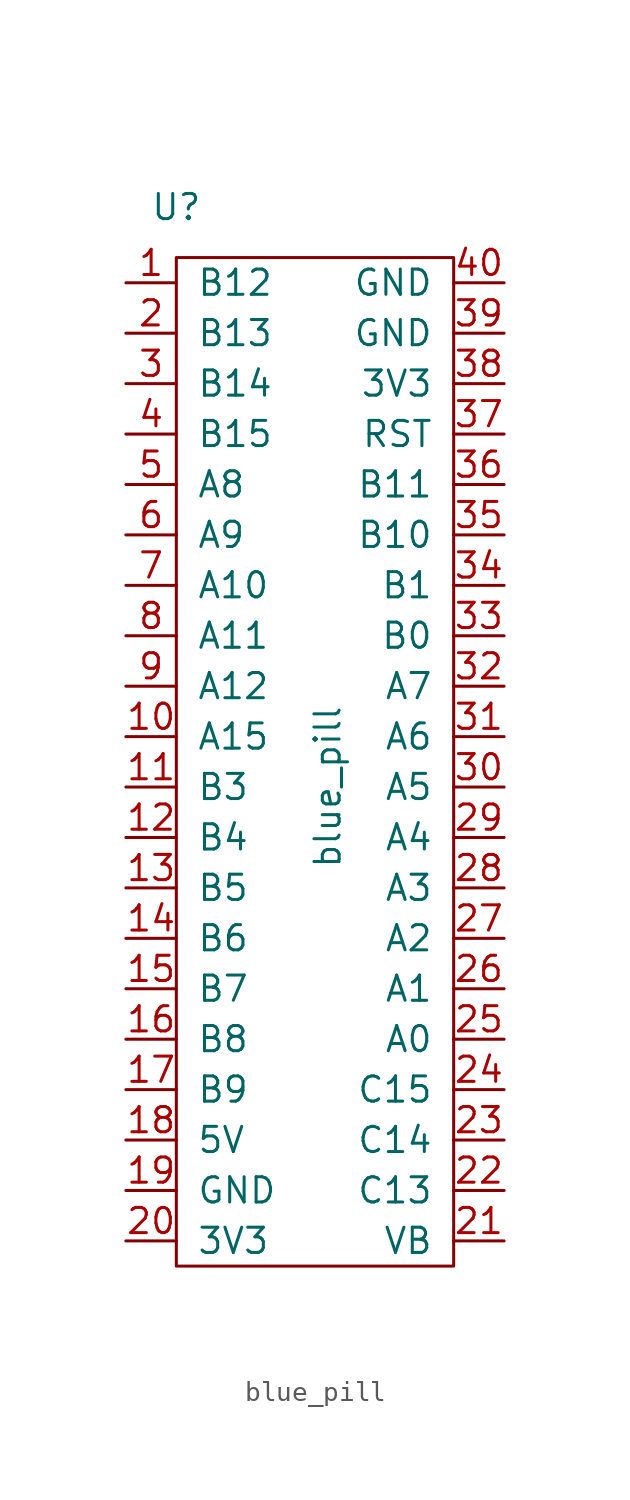
<source format=kicad_sym>
(kicad_symbol_lib
  (version 20241209)
  (generator "kicad_symbol_editor")
  (generator_version "9.0")
  (symbol "blue_pill"
    (pin_names
      (offset 1.016))
    (property "Reference" "U"
      (at -7.62 27.94 0)
      (effects (font (size 1.27 1.27))))
    (property "Value" "blue_pill"
      (at 0 -1.27 90)
      (effects (font (size 1.27 1.27))))
    (symbol "blue_pill_0_0"
      (pin unspecified line (at -10.16 24.13 0) (length 2.54) (name "B12" (effects (font (size 1.27 1.27)))) (number "1" (effects (font (size 1.27 1.27)))))
      (pin unspecified line (at -10.16 21.59 0) (length 2.54) (name "B13" (effects (font (size 1.27 1.27)))) (number "2" (effects (font (size 1.27 1.27)))))
      (pin unspecified line (at -10.16 19.05 0) (length 2.54) (name "B14" (effects (font (size 1.27 1.27)))) (number "3" (effects (font (size 1.27 1.27)))))
      (pin unspecified line (at -10.16 16.51 0) (length 2.54) (name "B15" (effects (font (size 1.27 1.27)))) (number "4" (effects (font (size 1.27 1.27)))))
      (pin unspecified line (at -10.16 13.97 0) (length 2.54) (name "A8" (effects (font (size 1.27 1.27)))) (number "5" (effects (font (size 1.27 1.27)))))
      (pin unspecified line (at -10.16 11.43 0) (length 2.54) (name "A9" (effects (font (size 1.27 1.27)))) (number "6" (effects (font (size 1.27 1.27)))))
      (pin unspecified line (at -10.16 8.89 0) (length 2.54) (name "A10" (effects (font (size 1.27 1.27)))) (number "7" (effects (font (size 1.27 1.27)))))
      (pin unspecified line (at -10.16 6.35 0) (length 2.54) (name "A11" (effects (font (size 1.27 1.27)))) (number "8" (effects (font (size 1.27 1.27)))))
      (pin unspecified line (at -10.16 3.81 0) (length 2.54) (name "A12" (effects (font (size 1.27 1.27)))) (number "9" (effects (font (size 1.27 1.27)))))
      (pin unspecified line (at -10.16 1.27 0) (length 2.54) (name "A15" (effects (font (size 1.27 1.27)))) (number "10" (effects (font (size 1.27 1.27)))))
      (pin unspecified line (at -10.16 -1.27 0) (length 2.54) (name "B3" (effects (font (size 1.27 1.27)))) (number "11" (effects (font (size 1.27 1.27)))))
      (pin unspecified line (at -10.16 -3.81 0) (length 2.54) (name "B4" (effects (font (size 1.27 1.27)))) (number "12" (effects (font (size 1.27 1.27)))))
      (pin unspecified line (at -10.16 -6.35 0) (length 2.54) (name "B5" (effects (font (size 1.27 1.27)))) (number "13" (effects (font (size 1.27 1.27)))))
      (pin unspecified line (at -10.16 -8.89 0) (length 2.54) (name "B6" (effects (font (size 1.27 1.27)))) (number "14" (effects (font (size 1.27 1.27)))))
      (pin unspecified line (at -10.16 -11.43 0) (length 2.54) (name "B7" (effects (font (size 1.27 1.27)))) (number "15" (effects (font (size 1.27 1.27)))))
      (pin unspecified line (at -10.16 -13.97 0) (length 2.54) (name "B8" (effects (font (size 1.27 1.27)))) (number "16" (effects (font (size 1.27 1.27)))))
      (pin unspecified line (at -10.16 -16.51 0) (length 2.54) (name "B9" (effects (font (size 1.27 1.27)))) (number "17" (effects (font (size 1.27 1.27)))))
      (pin unspecified line (at -10.16 -19.05 0) (length 2.54) (name "5V" (effects (font (size 1.27 1.27)))) (number "18" (effects (font (size 1.27 1.27)))))
      (pin unspecified line (at -10.16 -21.59 0) (length 2.54) (name "GND" (effects (font (size 1.27 1.27)))) (number "19" (effects (font (size 1.27 1.27)))))
      (pin unspecified line (at -10.16 -24.13 0) (length 2.54) (name "3V3" (effects (font (size 1.27 1.27)))) (number "20" (effects (font (size 1.27 1.27)))))
      (pin unspecified line (at 8.89 24.13 180) (length 2.54) (name "GND" (effects (font (size 1.27 1.27)))) (number "40" (effects (font (size 1.27 1.27)))))
      (pin unspecified line (at 8.89 21.59 180) (length 2.54) (name "GND" (effects (font (size 1.27 1.27)))) (number "39" (effects (font (size 1.27 1.27)))))
      (pin unspecified line (at 8.89 19.05 180) (length 2.54) (name "3V3" (effects (font (size 1.27 1.27)))) (number "38" (effects (font (size 1.27 1.27)))))
      (pin unspecified line (at 8.89 16.51 180) (length 2.54) (name "RST" (effects (font (size 1.27 1.27)))) (number "37" (effects (font (size 1.27 1.27)))))
      (pin unspecified line (at 8.89 13.97 180) (length 2.54) (name "B11" (effects (font (size 1.27 1.27)))) (number "36" (effects (font (size 1.27 1.27)))))
      (pin unspecified line (at 8.89 11.43 180) (length 2.54) (name "B10" (effects (font (size 1.27 1.27)))) (number "35" (effects (font (size 1.27 1.27)))))
      (pin unspecified line (at 8.89 8.89 180) (length 2.54) (name "B1" (effects (font (size 1.27 1.27)))) (number "34" (effects (font (size 1.27 1.27)))))
      (pin unspecified line (at 8.89 6.35 180) (length 2.54) (name "B0" (effects (font (size 1.27 1.27)))) (number "33" (effects (font (size 1.27 1.27)))))
      (pin unspecified line (at 8.89 3.81 180) (length 2.54) (name "A7" (effects (font (size 1.27 1.27)))) (number "32" (effects (font (size 1.27 1.27)))))
      (pin unspecified line (at 8.89 1.27 180) (length 2.54) (name "A6" (effects (font (size 1.27 1.27)))) (number "31" (effects (font (size 1.27 1.27)))))
      (pin unspecified line (at 8.89 -1.27 180) (length 2.54) (name "A5" (effects (font (size 1.27 1.27)))) (number "30" (effects (font (size 1.27 1.27)))))
      (pin unspecified line (at 8.89 -3.81 180) (length 2.54) (name "A4" (effects (font (size 1.27 1.27)))) (number "29" (effects (font (size 1.27 1.27)))))
      (pin unspecified line (at 8.89 -6.35 180) (length 2.54) (name "A3" (effects (font (size 1.27 1.27)))) (number "28" (effects (font (size 1.27 1.27)))))
      (pin unspecified line (at 8.89 -8.89 180) (length 2.54) (name "A2" (effects (font (size 1.27 1.27)))) (number "27" (effects (font (size 1.27 1.27)))))
      (pin unspecified line (at 8.89 -11.43 180) (length 2.54) (name "A1" (effects (font (size 1.27 1.27)))) (number "26" (effects (font (size 1.27 1.27)))))
      (pin unspecified line (at 8.89 -13.97 180) (length 2.54) (name "A0" (effects (font (size 1.27 1.27)))) (number "25" (effects (font (size 1.27 1.27)))))
      (pin unspecified line (at 8.89 -16.51 180) (length 2.54) (name "C15" (effects (font (size 1.27 1.27)))) (number "24" (effects (font (size 1.27 1.27)))))
      (pin unspecified line (at 8.89 -19.05 180) (length 2.54) (name "C14" (effects (font (size 1.27 1.27)))) (number "23" (effects (font (size 1.27 1.27)))))
      (pin unspecified line (at 8.89 -21.59 180) (length 2.54) (name "C13" (effects (font (size 1.27 1.27)))) (number "22" (effects (font (size 1.27 1.27)))))
      (pin unspecified line (at 8.89 -24.13 180) (length 2.54) (name "VB" (effects (font (size 1.27 1.27)))) (number "21" (effects (font (size 1.27 1.27))))))
    (symbol "blue_pill_0_1"
      (rectangle (start -7.62 25.4) (end 6.35 -25.4) (stroke (width 0) (type solid)) (fill (type none))))))
</source>
